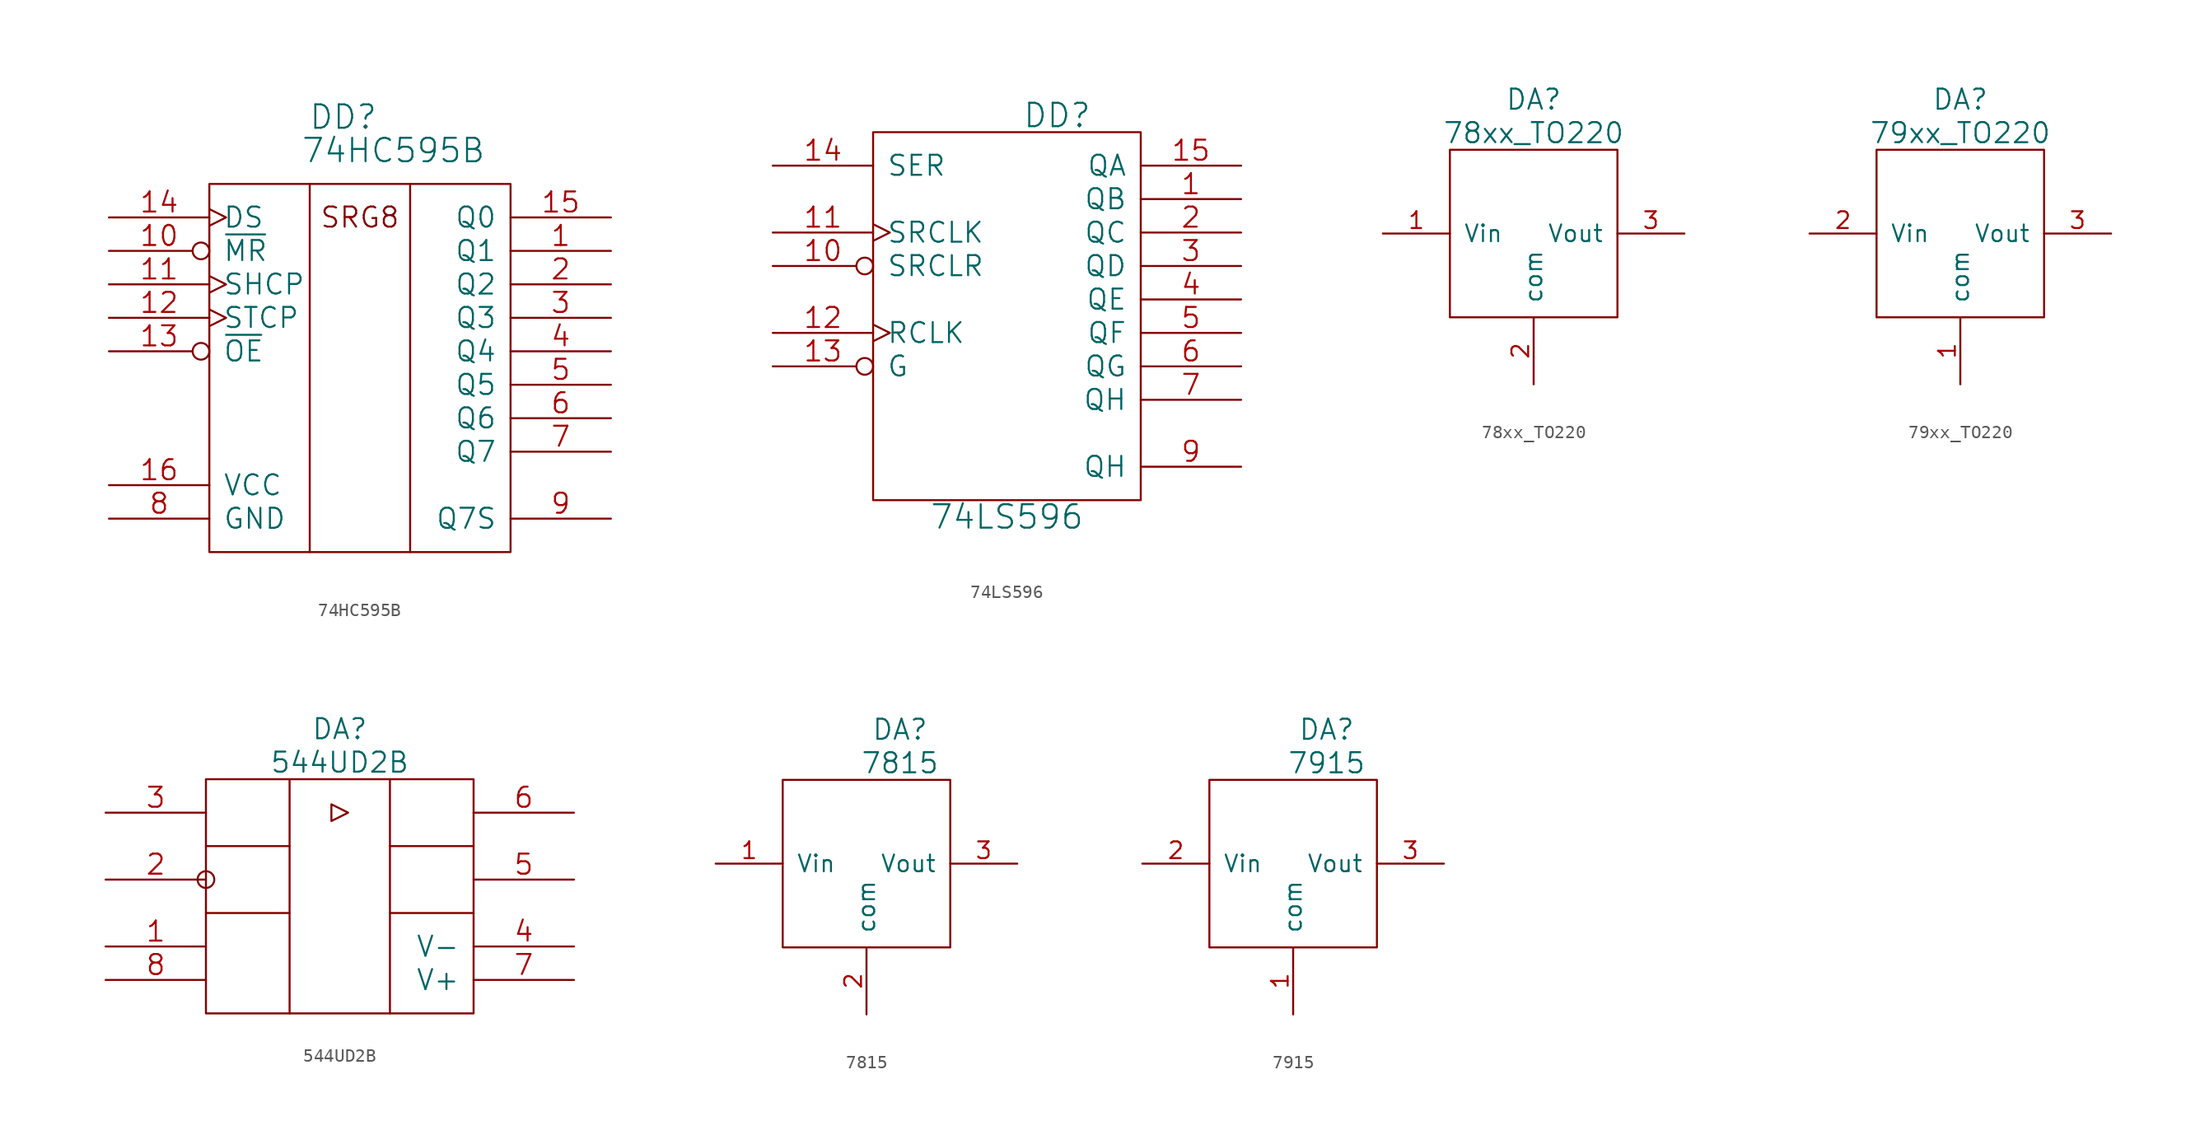
<source format=kicad_sym>
(kicad_symbol_lib
  (version 20211014)
  (generator kicad_symbol_editor)
  (symbol "74HC595B"
    (pin_names
      (offset 1.016))
    (property "Reference" "DD"
      (at -1.27 12.7 0)
      (effects (font (size 1.778 1.778))))
    (property "Value" "74HC595B"
      (at 2.54 10.16 0)
      (effects (font (size 1.778 1.778))))
    (property "Footprint" ""
      (at 0 0 0)
      (effects (font (size 1.524 1.524))))
    (property "Datasheet" ""
      (at 0 0 0)
      (effects (font (size 1.524 1.524))))
    (symbol "74HC595B_0_0"
      (text "SRG8" (at 0 5.08 0) (effects (font (size 1.524 1.524)))))
    (symbol "74HC595B_0_1"
      (rectangle (start -11.43 7.62) (end 11.43 -20.32) (stroke (width 0) (type default) (color 0 0 0 0)) (fill (type none)))
      (polyline (pts (xy -3.81 7.62) (xy -3.81 -20.32)) (stroke (width 0) (type default) (color 0 0 0 0)) (fill (type none)))
      (polyline (pts (xy 3.81 7.62) (xy 3.81 -20.32)) (stroke (width 0) (type default) (color 0 0 0 0)) (fill (type none))))
    (symbol "74HC595B_1_1"
      (pin tri_state line (at 19.05 2.54 180) (length 7.62) (name "Q1" (effects (font (size 1.524 1.524)))) (number "1" (effects (font (size 1.524 1.524)))))
      (pin input inverted (at -19.05 2.54 0) (length 7.62) (name "~{MR}" (effects (font (size 1.524 1.524)))) (number "10" (effects (font (size 1.524 1.524)))))
      (pin input clock (at -19.05 0 0) (length 7.62) (name "SHCP" (effects (font (size 1.524 1.524)))) (number "11" (effects (font (size 1.524 1.524)))))
      (pin input clock (at -19.05 -2.54 0) (length 7.62) (name "STCP" (effects (font (size 1.524 1.524)))) (number "12" (effects (font (size 1.524 1.524)))))
      (pin input inverted (at -19.05 -5.08 0) (length 7.62) (name "~{OE}" (effects (font (size 1.524 1.524)))) (number "13" (effects (font (size 1.524 1.524)))))
      (pin input clock (at -19.05 5.08 0) (length 7.62) (name "DS" (effects (font (size 1.524 1.524)))) (number "14" (effects (font (size 1.524 1.524)))))
      (pin tri_state line (at 19.05 5.08 180) (length 7.62) (name "Q0" (effects (font (size 1.524 1.524)))) (number "15" (effects (font (size 1.524 1.524)))))
      (pin power_in line (at -19.05 -15.24 0) (length 7.62) (name "VCC" (effects (font (size 1.524 1.524)))) (number "16" (effects (font (size 1.524 1.524)))))
      (pin tri_state line (at 19.05 0 180) (length 7.62) (name "Q2" (effects (font (size 1.524 1.524)))) (number "2" (effects (font (size 1.524 1.524)))))
      (pin tri_state line (at 19.05 -2.54 180) (length 7.62) (name "Q3" (effects (font (size 1.524 1.524)))) (number "3" (effects (font (size 1.524 1.524)))))
      (pin tri_state line (at 19.05 -5.08 180) (length 7.62) (name "Q4" (effects (font (size 1.524 1.524)))) (number "4" (effects (font (size 1.524 1.524)))))
      (pin tri_state line (at 19.05 -7.62 180) (length 7.62) (name "Q5" (effects (font (size 1.524 1.524)))) (number "5" (effects (font (size 1.524 1.524)))))
      (pin tri_state line (at 19.05 -10.16 180) (length 7.62) (name "Q6" (effects (font (size 1.524 1.524)))) (number "6" (effects (font (size 1.524 1.524)))))
      (pin tri_state line (at 19.05 -12.7 180) (length 7.62) (name "Q7" (effects (font (size 1.524 1.524)))) (number "7" (effects (font (size 1.524 1.524)))))
      (pin power_in line (at -19.05 -17.78 0) (length 7.62) (name "GND" (effects (font (size 1.524 1.524)))) (number "8" (effects (font (size 1.524 1.524)))))
      (pin output line (at 19.05 -17.78 180) (length 7.62) (name "Q7S" (effects (font (size 1.524 1.524)))) (number "9" (effects (font (size 1.524 1.524)))))))
  (symbol "74LS596"
    (pin_names
      (offset 1.016))
    (property "Reference" "DD"
      (at 3.81 15.24 0)
      (effects (font (size 1.778 1.778))))
    (property "Value" "74LS596"
      (at 0 -15.24 0)
      (effects (font (size 1.778 1.778))))
    (property "Footprint" ""
      (at 0 0 0)
      (effects (font (size 1.524 1.524))))
    (property "Datasheet" ""
      (at 0 0 0)
      (effects (font (size 1.524 1.524))))
    (symbol "74LS596_0_1"
      (rectangle (start -10.16 -13.97) (end 10.16 13.97) (stroke (width 0) (type default) (color 0 0 0 0)) (fill (type none))))
    (symbol "74LS596_1_1"
      (pin tri_state line (at 17.78 8.89 180) (length 7.62) (name "QB" (effects (font (size 1.524 1.524)))) (number "1" (effects (font (size 1.524 1.524)))))
      (pin input inverted (at -17.78 3.81 0) (length 7.62) (name "SRCLR" (effects (font (size 1.524 1.524)))) (number "10" (effects (font (size 1.524 1.524)))))
      (pin input clock (at -17.78 6.35 0) (length 7.62) (name "SRCLK" (effects (font (size 1.524 1.524)))) (number "11" (effects (font (size 1.524 1.524)))))
      (pin input clock (at -17.78 -1.27 0) (length 7.62) (name "RCLK" (effects (font (size 1.524 1.524)))) (number "12" (effects (font (size 1.524 1.524)))))
      (pin input inverted (at -17.78 -3.81 0) (length 7.62) (name "G" (effects (font (size 1.524 1.524)))) (number "13" (effects (font (size 1.524 1.524)))))
      (pin input line (at -17.78 11.43 0) (length 7.62) (name "SER" (effects (font (size 1.524 1.524)))) (number "14" (effects (font (size 1.524 1.524)))))
      (pin tri_state line (at 17.78 11.43 180) (length 7.62) (name "QA" (effects (font (size 1.524 1.524)))) (number "15" (effects (font (size 1.524 1.524)))))
      (pin power_in line (at -7.62 13.97 90) (length 0) hide (name "VCC" (effects (font (size 1.524 1.524)))) (number "16" (effects (font (size 1.524 1.524)))))
      (pin tri_state line (at 17.78 6.35 180) (length 7.62) (name "QC" (effects (font (size 1.524 1.524)))) (number "2" (effects (font (size 1.524 1.524)))))
      (pin tri_state line (at 17.78 3.81 180) (length 7.62) (name "QD" (effects (font (size 1.524 1.524)))) (number "3" (effects (font (size 1.524 1.524)))))
      (pin tri_state line (at 17.78 1.27 180) (length 7.62) (name "QE" (effects (font (size 1.524 1.524)))) (number "4" (effects (font (size 1.524 1.524)))))
      (pin tri_state line (at 17.78 -1.27 180) (length 7.62) (name "QF" (effects (font (size 1.524 1.524)))) (number "5" (effects (font (size 1.524 1.524)))))
      (pin tri_state line (at 17.78 -3.81 180) (length 7.62) (name "QG" (effects (font (size 1.524 1.524)))) (number "6" (effects (font (size 1.524 1.524)))))
      (pin tri_state line (at 17.78 -6.35 180) (length 7.62) (name "QH" (effects (font (size 1.524 1.524)))) (number "7" (effects (font (size 1.524 1.524)))))
      (pin power_in line (at -7.62 -13.97 90) (length 0) hide (name "GND" (effects (font (size 1.524 1.524)))) (number "8" (effects (font (size 1.524 1.524)))))
      (pin output line (at 17.78 -11.43 180) (length 7.62) (name "QH" (effects (font (size 1.524 1.524)))) (number "9" (effects (font (size 1.524 1.524)))))))
  (symbol "78xx_TO220"
    (pin_names
      (offset 1.016))
    (property "Reference" "DA"
      (at 6.35 3.81 0)
      (effects (font (size 1.524 1.524))))
    (property "Value" "78xx_TO220"
      (at 6.35 1.27 0)
      (effects (font (size 1.524 1.524))))
    (property "Footprint" ""
      (at 0 0 0)
      (effects (font (size 1.524 1.524))))
    (property "Datasheet" ""
      (at 0 0 0)
      (effects (font (size 1.524 1.524))))
    (symbol "78xx_TO220_0_1"
      (polyline (pts (xy 0 0) (xy 12.7 0) (xy 12.7 -12.7) (xy 0 -12.7) (xy 0 0) (xy 0 0)) (stroke (width 0) (type default) (color 0 0 0 0)) (fill (type none))))
    (symbol "78xx_TO220_1_1"
      (pin passive line (at -5.08 -6.35 0) (length 5.08) (name "Vin" (effects (font (size 1.27 1.27)))) (number "1" (effects (font (size 1.27 1.27)))))
      (pin passive line (at 6.35 -17.78 90) (length 5.08) (name "com" (effects (font (size 1.27 1.27)))) (number "2" (effects (font (size 1.27 1.27)))))
      (pin passive line (at 17.78 -6.35 180) (length 5.08) (name "Vout" (effects (font (size 1.27 1.27)))) (number "3" (effects (font (size 1.27 1.27)))))))
  (symbol "79xx_TO220"
    (pin_names
      (offset 1.016))
    (property "Reference" "DA"
      (at 6.35 3.81 0)
      (effects (font (size 1.524 1.524))))
    (property "Value" "79xx_TO220"
      (at 6.35 1.27 0)
      (effects (font (size 1.524 1.524))))
    (property "Footprint" ""
      (at 0 0 0)
      (effects (font (size 1.524 1.524))))
    (property "Datasheet" ""
      (at 0 0 0)
      (effects (font (size 1.524 1.524))))
    (symbol "79xx_TO220_0_1"
      (polyline (pts (xy 0 0) (xy 12.7 0) (xy 12.7 -12.7) (xy 0 -12.7) (xy 0 0) (xy 0 0)) (stroke (width 0) (type default) (color 0 0 0 0)) (fill (type none))))
    (symbol "79xx_TO220_1_1"
      (pin passive line (at 6.35 -17.78 90) (length 5.08) (name "com" (effects (font (size 1.27 1.27)))) (number "1" (effects (font (size 1.27 1.27)))))
      (pin passive line (at -5.08 -6.35 0) (length 5.08) (name "Vin" (effects (font (size 1.27 1.27)))) (number "2" (effects (font (size 1.27 1.27)))))
      (pin passive line (at 17.78 -6.35 180) (length 5.08) (name "Vout" (effects (font (size 1.27 1.27)))) (number "3" (effects (font (size 1.27 1.27)))))))
  (symbol "544UD2B"
    (pin_names
      (offset 1.016))
    (property "Reference" "DA"
      (at 10.16 3.81 0)
      (effects (font (size 1.524 1.524))))
    (property "Value" "544UD2B"
      (at 10.16 1.27 0)
      (effects (font (size 1.524 1.524))))
    (property "Footprint" ""
      (at 0 0 0)
      (effects (font (size 1.524 1.524))))
    (property "Datasheet" ""
      (at 0 0 0)
      (effects (font (size 1.524 1.524))))
    (symbol "544UD2B_0_0"
      (pin passive line (at -7.62 -12.7 0) (length 7.62) (name "~" (effects (font (size 1.524 1.524)))) (number "1" (effects (font (size 1.524 1.524)))))
      (pin input line (at -7.62 -7.62 0) (length 7.62) (name "~" (effects (font (size 1.524 1.524)))) (number "2" (effects (font (size 1.524 1.524)))))
      (pin input line (at -7.62 -2.54 0) (length 7.62) (name "~" (effects (font (size 1.524 1.524)))) (number "3" (effects (font (size 1.524 1.524)))))
      (pin passive line (at 27.94 -12.7 180) (length 7.62) (name "V-" (effects (font (size 1.524 1.524)))) (number "4" (effects (font (size 1.524 1.524)))))
      (pin passive line (at 27.94 -7.62 180) (length 7.62) (name "~" (effects (font (size 1.524 1.524)))) (number "5" (effects (font (size 1.524 1.524)))))
      (pin output line (at 27.94 -2.54 180) (length 7.62) (name "~" (effects (font (size 1.524 1.524)))) (number "6" (effects (font (size 1.524 1.524)))))
      (pin passive line (at 27.94 -15.24 180) (length 7.62) (name "V+" (effects (font (size 1.524 1.524)))) (number "7" (effects (font (size 1.524 1.524)))))
      (pin passive line (at -7.62 -15.24 0) (length 7.62) (name "~" (effects (font (size 1.524 1.524)))) (number "8" (effects (font (size 1.524 1.524))))))
    (symbol "544UD2B_0_1"
      (circle (center 0 -7.62) (radius 0.635) (stroke (width 0) (type default) (color 0 0 0 0)) (fill (type none)))
      (polyline (pts (xy 6.35 -10.16) (xy 0 -10.16)) (stroke (width 0) (type default) (color 0 0 0 0)) (fill (type none)))
      (polyline (pts (xy 6.35 -5.08) (xy 0 -5.08)) (stroke (width 0) (type default) (color 0 0 0 0)) (fill (type none)))
      (polyline (pts (xy 6.35 0) (xy 6.35 -17.78)) (stroke (width 0) (type default) (color 0 0 0 0)) (fill (type none)))
      (polyline (pts (xy 13.97 0) (xy 13.97 -17.78)) (stroke (width 0) (type default) (color 0 0 0 0)) (fill (type none)))
      (polyline (pts (xy 20.32 -10.16) (xy 13.97 -10.16)) (stroke (width 0) (type default) (color 0 0 0 0)) (fill (type none)))
      (polyline (pts (xy 20.32 -5.08) (xy 13.97 -5.08)) (stroke (width 0) (type default) (color 0 0 0 0)) (fill (type none)))
      (polyline (pts (xy 9.525 -1.905) (xy 9.525 -3.175) (xy 10.795 -2.54) (xy 9.525 -1.905)) (stroke (width 0) (type default) (color 0 0 0 0)) (fill (type none)))
      (rectangle (start 0 0) (end 20.32 -17.78) (stroke (width 0) (type default) (color 0 0 0 0)) (fill (type none)))))
  (symbol "7815"
    (pin_names
      (offset 1.016))
    (property "Reference" "DA"
      (at 8.89 3.81 0)
      (effects (font (size 1.524 1.524))))
    (property "Value" "7815"
      (at 8.89 1.27 0)
      (effects (font (size 1.524 1.524))))
    (property "Footprint" ""
      (at 0 0 0)
      (effects (font (size 1.524 1.524))))
    (property "Datasheet" ""
      (at 0 0 0)
      (effects (font (size 1.524 1.524))))
    (symbol "7815_0_1"
      (polyline (pts (xy 0 0) (xy 12.7 0) (xy 12.7 -12.7) (xy 0 -12.7) (xy 0 0) (xy 0 0)) (stroke (width 0) (type default) (color 0 0 0 0)) (fill (type none))))
    (symbol "7815_1_1"
      (pin passive line (at -5.08 -6.35 0) (length 5.08) (name "Vin" (effects (font (size 1.27 1.27)))) (number "1" (effects (font (size 1.27 1.27)))))
      (pin passive line (at 6.35 -17.78 90) (length 5.08) (name "com" (effects (font (size 1.27 1.27)))) (number "2" (effects (font (size 1.27 1.27)))))
      (pin passive line (at 17.78 -6.35 180) (length 5.08) (name "Vout" (effects (font (size 1.27 1.27)))) (number "3" (effects (font (size 1.27 1.27)))))))
  (symbol "7915"
    (pin_names
      (offset 1.016))
    (property "Reference" "DA"
      (at 8.89 3.81 0)
      (effects (font (size 1.524 1.524))))
    (property "Value" "7915"
      (at 8.89 1.27 0)
      (effects (font (size 1.524 1.524))))
    (property "Footprint" ""
      (at 0 0 0)
      (effects (font (size 1.524 1.524))))
    (property "Datasheet" ""
      (at 0 0 0)
      (effects (font (size 1.524 1.524))))
    (symbol "7915_0_1"
      (polyline (pts (xy 0 0) (xy 12.7 0) (xy 12.7 -12.7) (xy 0 -12.7) (xy 0 0) (xy 0 0)) (stroke (width 0) (type default) (color 0 0 0 0)) (fill (type none))))
    (symbol "7915_1_1"
      (pin passive line (at 6.35 -17.78 90) (length 5.08) (name "com" (effects (font (size 1.27 1.27)))) (number "1" (effects (font (size 1.27 1.27)))))
      (pin passive line (at -5.08 -6.35 0) (length 5.08) (name "Vin" (effects (font (size 1.27 1.27)))) (number "2" (effects (font (size 1.27 1.27)))))
      (pin passive line (at 17.78 -6.35 180) (length 5.08) (name "Vout" (effects (font (size 1.27 1.27)))) (number "3" (effects (font (size 1.27 1.27))))))))
</source>
